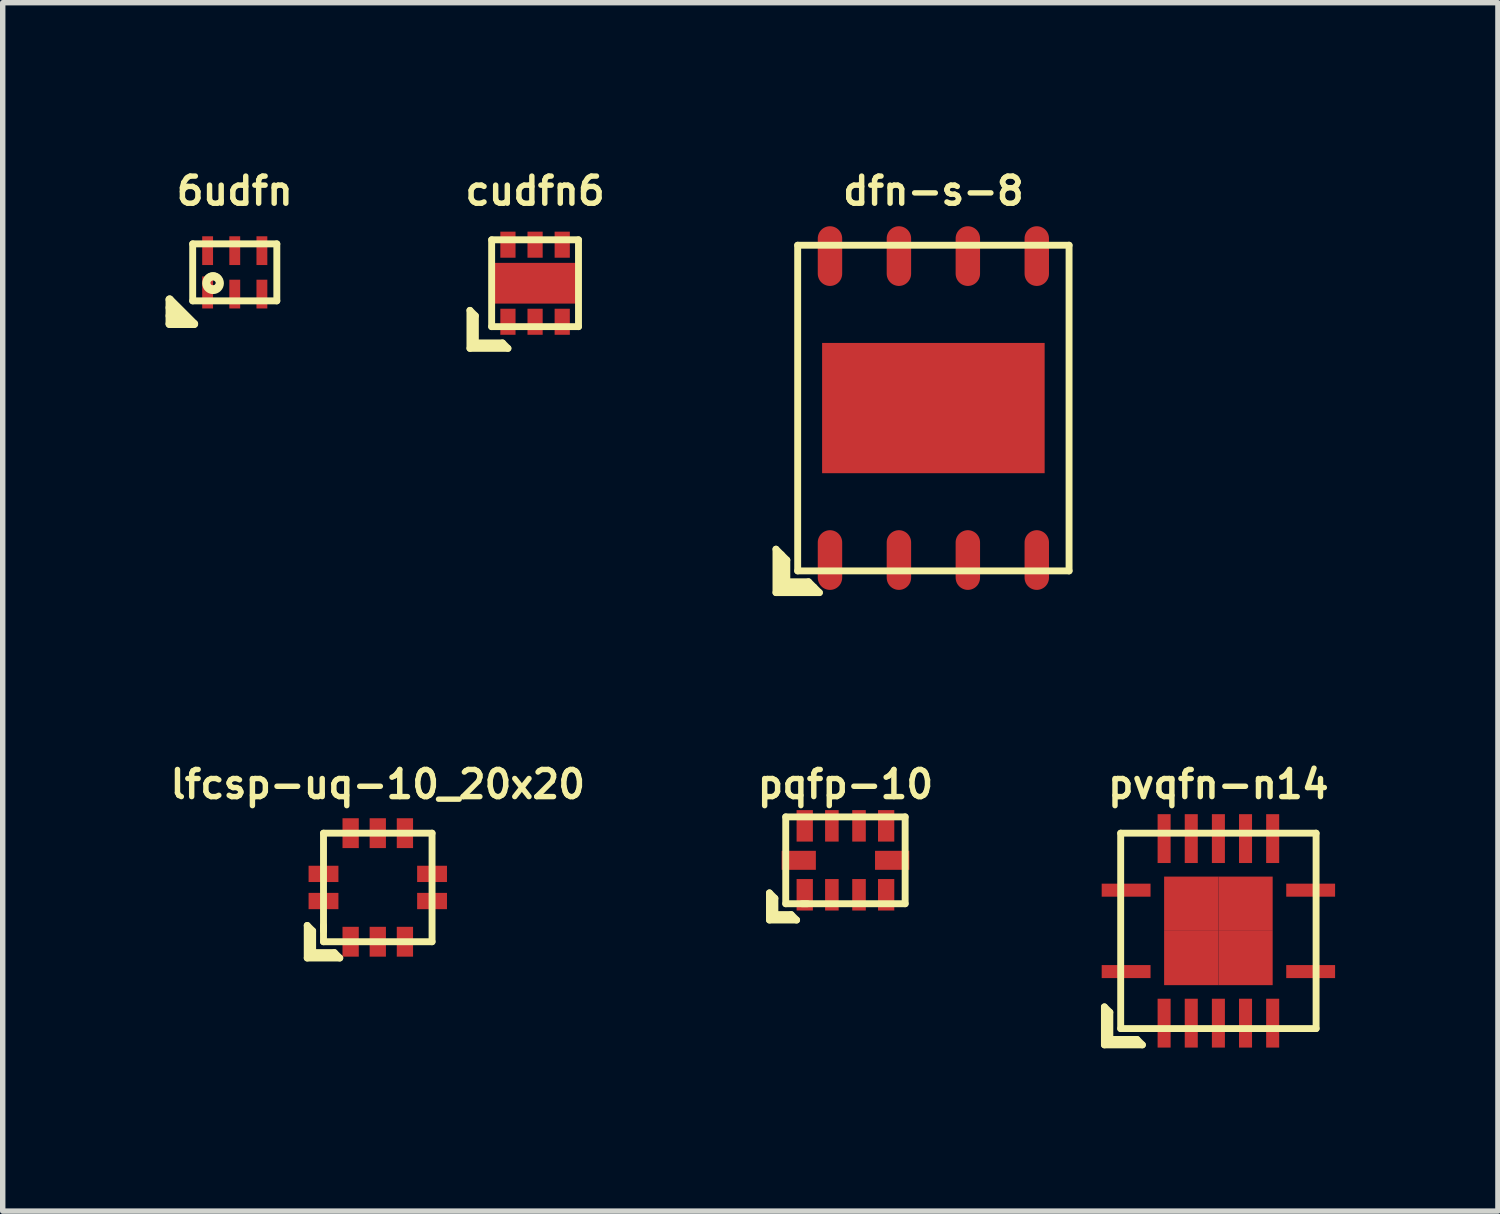
<source format=kicad_pcb>
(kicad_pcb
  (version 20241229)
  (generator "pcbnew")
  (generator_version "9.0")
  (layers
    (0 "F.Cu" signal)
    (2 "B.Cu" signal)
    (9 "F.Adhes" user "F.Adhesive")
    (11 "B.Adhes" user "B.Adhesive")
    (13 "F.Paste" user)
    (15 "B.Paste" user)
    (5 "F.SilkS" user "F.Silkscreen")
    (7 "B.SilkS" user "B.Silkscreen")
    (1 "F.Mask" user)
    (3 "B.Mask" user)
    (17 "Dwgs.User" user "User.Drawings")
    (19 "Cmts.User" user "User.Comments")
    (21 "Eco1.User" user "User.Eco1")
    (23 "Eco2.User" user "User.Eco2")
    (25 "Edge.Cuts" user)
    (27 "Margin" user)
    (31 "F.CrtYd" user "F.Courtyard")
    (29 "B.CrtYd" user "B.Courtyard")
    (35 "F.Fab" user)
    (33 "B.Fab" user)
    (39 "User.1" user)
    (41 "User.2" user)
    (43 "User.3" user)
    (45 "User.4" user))
  (footprint "dfn-s-8"
    (layer "F.Cu")
    (at 14.146 4.468)
    (property "Reference" "dfn-s-8" (at 0 -4 0) (layer "F.SilkS") (effects (font (size 0.5 0.5) (thickness 0.1))))
    (attr through_hole)
    (fp_line (start -2.9 2.6) (end -2.7 2.8) (stroke (width 0.127) (type solid)) (layer "F.SilkS"))
    (fp_line (start -2.9 3.4) (end -2.9 2.6) (stroke (width 0.127) (type solid)) (layer "F.SilkS"))
    (fp_line (start -2.8 2.7) (end -2.8 3.3) (stroke (width 0.127) (type solid)) (layer "F.SilkS"))
    (fp_line (start -2.8 3.3) (end -2.2 3.3) (stroke (width 0.127) (type solid)) (layer "F.SilkS"))
    (fp_line (start -2.7 2.8) (end -2.7 3.2) (stroke (width 0.127) (type solid)) (layer "F.SilkS"))
    (fp_line (start -2.7 3.2) (end -2.3 3.2) (stroke (width 0.127) (type solid)) (layer "F.SilkS"))
    (fp_line (start -2.5 -3) (end 2.5 -3) (stroke (width 0.127) (type solid)) (layer "F.SilkS"))
    (fp_line (start -2.5 3) (end -2.5 -3) (stroke (width 0.127) (type solid)) (layer "F.SilkS"))
    (fp_line (start -2.3 3.2) (end -2.1 3.4) (stroke (width 0.127) (type solid)) (layer "F.SilkS"))
    (fp_line (start -2.1 3.4) (end -2.9 3.4) (stroke (width 0.127) (type solid)) (layer "F.SilkS"))
    (fp_line (start 2.5 -3) (end 2.5 3) (stroke (width 0.127) (type solid)) (layer "F.SilkS"))
    (fp_line (start 2.5 3) (end -2.5 3) (stroke (width 0.127) (type solid)) (layer "F.SilkS"))
    (pad "1" smd oval (at -1.905 2.8) (size 0.45 1.1) (layers "F.Cu" "F.Mask" "F.Paste"))
    (pad "2" smd oval (at -0.635 2.8) (size 0.45 1.1) (layers "F.Cu" "F.Mask" "F.Paste"))
    (pad "3" smd oval (at 0.635 2.8) (size 0.45 1.1) (layers "F.Cu" "F.Mask" "F.Paste"))
    (pad "4" smd oval (at 1.905 2.8) (size 0.45 1.1) (layers "F.Cu" "F.Mask" "F.Paste"))
    (pad "5" smd oval (at 1.905 -2.8) (size 0.45 1.1) (layers "F.Cu" "F.Mask" "F.Paste"))
    (pad "6" smd oval (at 0.635 -2.8) (size 0.45 1.1) (layers "F.Cu" "F.Mask" "F.Paste"))
    (pad "7" smd oval (at -0.635 -2.8) (size 0.45 1.1) (layers "F.Cu" "F.Mask" "F.Paste"))
    (pad "8" smd oval (at -1.905 -2.8) (size 0.45 1.1) (layers "F.Cu" "F.Mask" "F.Paste"))
    (pad "9" smd rect (at 0 0) (size 4.1 2.4) (layers "F.Cu" "F.Mask" "F.Paste")))
  (footprint "pvqfn-n14"
    (layer "F.Cu")
    (at 19.397 14.1)
    (property "Reference" "pvqfn-n14" (at 0 -2.7 0) (layer "F.SilkS") (effects (font (size 0.5 0.5) (thickness 0.1))))
    (attr through_hole)
    (fp_line (start -2.1 1.4) (end -2 1.5) (stroke (width 0.127) (type solid)) (layer "F.SilkS"))
    (fp_line (start -2.1 2.1) (end -2.1 1.4) (stroke (width 0.127) (type solid)) (layer "F.SilkS"))
    (fp_line (start -2 1.5) (end -2 2) (stroke (width 0.127) (type solid)) (layer "F.SilkS"))
    (fp_line (start -2 2) (end -1.5 2) (stroke (width 0.127) (type solid)) (layer "F.SilkS"))
    (fp_line (start -1.8 -1.8) (end 1.8 -1.8) (stroke (width 0.127) (type solid)) (layer "F.SilkS"))
    (fp_line (start -1.8 1.8) (end -1.8 -1.8) (stroke (width 0.127) (type solid)) (layer "F.SilkS"))
    (fp_line (start -1.5 2) (end -1.4 2.1) (stroke (width 0.127) (type solid)) (layer "F.SilkS"))
    (fp_line (start -1.4 2.1) (end -2.1 2.1) (stroke (width 0.127) (type solid)) (layer "F.SilkS"))
    (fp_line (start 1.8 -1.8) (end 1.8 1.8) (stroke (width 0.127) (type solid)) (layer "F.SilkS"))
    (fp_line (start 1.8 1.8) (end -1.8 1.8) (stroke (width 0.127) (type solid)) (layer "F.SilkS"))
    (pad "1" smd rect (at -1.7 0.75) (size 0.9 0.24) (layers "F.Cu" "F.Mask" "F.Paste"))
    (pad "2" smd rect (at -1 1.7) (size 0.24 0.9) (layers "F.Cu" "F.Mask" "F.Paste"))
    (pad "3" smd rect (at -0.5 1.7) (size 0.24 0.9) (layers "F.Cu" "F.Mask" "F.Paste"))
    (pad "4" smd rect (at 0 1.7) (size 0.24 0.9) (layers "F.Cu" "F.Mask" "F.Paste"))
    (pad "5" smd rect (at 0.5 1.7) (size 0.24 0.9) (layers "F.Cu" "F.Mask" "F.Paste"))
    (pad "6" smd rect (at 1 1.7) (size 0.24 0.9) (layers "F.Cu" "F.Mask" "F.Paste"))
    (pad "7" smd rect (at 1.7 0.75) (size 0.9 0.24) (layers "F.Cu" "F.Mask" "F.Paste"))
    (pad "8" smd rect (at 1.7 -0.75) (size 0.9 0.24) (layers "F.Cu" "F.Mask" "F.Paste"))
    (pad "9" smd rect (at 1 -1.7) (size 0.24 0.9) (layers "F.Cu" "F.Mask" "F.Paste"))
    (pad "10" smd rect (at 0.5 -1.7) (size 0.24 0.9) (layers "F.Cu" "F.Mask" "F.Paste"))
    (pad "11" smd rect (at 0 -1.7) (size 0.24 0.9) (layers "F.Cu" "F.Mask" "F.Paste"))
    (pad "12" smd rect (at -0.5 -1.7) (size 0.24 0.9) (layers "F.Cu" "F.Mask" "F.Paste"))
    (pad "13" smd rect (at -1 -1.7) (size 0.24 0.9) (layers "F.Cu" "F.Mask" "F.Paste"))
    (pad "14" smd rect (at -1.7 -0.75) (size 0.9 0.24) (layers "F.Cu" "F.Mask" "F.Paste"))
    (pad "15" smd rect (at -0.5 -0.5) (size 1 1) (layers "F.Cu" "F.Mask" "F.Paste"))
    (pad "15" smd rect (at -0.5 0.5) (size 1 1) (layers "F.Cu" "F.Mask" "F.Paste"))
    (pad "15" smd rect (at 0.5 -0.5) (size 1 1) (layers "F.Cu" "F.Mask" "F.Paste"))
    (pad "15" smd rect (at 0.5 0.5) (size 1 1) (layers "F.Cu" "F.Mask" "F.Paste")))
  (footprint "pqfp-10"
    (layer "F.Cu")
    (at 12.526 12.8)
    (property "Reference" "pqfp-10" (at 0 -1.4 0) (layer "F.SilkS") (effects (font (size 0.5 0.5) (thickness 0.1))))
    (attr through_hole)
    (fp_line (start -1.4 0.6) (end -1.3 0.7) (stroke (width 0.127) (type solid)) (layer "F.SilkS"))
    (fp_line (start -1.4 1.1) (end -1.4 0.6) (stroke (width 0.127) (type solid)) (layer "F.SilkS"))
    (fp_line (start -1.3 0.7) (end -1.3 1) (stroke (width 0.127) (type solid)) (layer "F.SilkS"))
    (fp_line (start -1.3 1) (end -1 1) (stroke (width 0.127) (type solid)) (layer "F.SilkS"))
    (fp_line (start -1.1 -0.8) (end -1.1 0.8) (stroke (width 0.127) (type solid)) (layer "F.SilkS"))
    (fp_line (start -1.1 0.8) (end 1.1 0.8) (stroke (width 0.127) (type solid)) (layer "F.SilkS"))
    (fp_line (start -1 1) (end -0.9 1.1) (stroke (width 0.127) (type solid)) (layer "F.SilkS"))
    (fp_line (start -0.9 1.1) (end -1.4 1.1) (stroke (width 0.127) (type solid)) (layer "F.SilkS"))
    (fp_line (start -0.8 0.8) (end -0.7 0.8) (stroke (width 0.127) (type solid)) (layer "F.SilkS"))
    (fp_line (start 1.1 -0.8) (end -1.1 -0.8) (stroke (width 0.127) (type solid)) (layer "F.SilkS"))
    (fp_line (start 1.1 0.8) (end 1.1 -0.8) (stroke (width 0.127) (type solid)) (layer "F.SilkS"))
    (pad "1" smd rect (at -0.75 0.635) (size 0.3 0.58) (layers "F.Cu" "F.Mask" "F.Paste"))
    (pad "2" smd rect (at -0.25 0.635) (size 0.25 0.58) (layers "F.Cu" "F.Mask" "F.Paste"))
    (pad "3" smd rect (at 0.25 0.635) (size 0.25 0.58) (layers "F.Cu" "F.Mask" "F.Paste"))
    (pad "4" smd rect (at 0.75 0.635) (size 0.3 0.58) (layers "F.Cu" "F.Mask" "F.Paste"))
    (pad "5" smd rect (at 0.86 0) (size 0.63 0.35) (layers "F.Cu" "F.Mask" "F.Paste"))
    (pad "6" smd rect (at 0.75 -0.635) (size 0.3 0.58) (layers "F.Cu" "F.Mask" "F.Paste"))
    (pad "7" smd rect (at 0.25 -0.635) (size 0.25 0.58) (layers "F.Cu" "F.Mask" "F.Paste"))
    (pad "8" smd rect (at -0.25 -0.635) (size 0.25 0.58) (layers "F.Cu" "F.Mask" "F.Paste"))
    (pad "9" smd rect (at -0.75 -0.635) (size 0.3 0.58) (layers "F.Cu" "F.Mask" "F.Paste"))
    (pad "10" smd rect (at -0.86 0) (size 0.63 0.35) (layers "F.Cu" "F.Mask" "F.Paste")))
  (footprint "cudfn6"
    (layer "F.Cu")
    (at 6.808 2.168)
    (property "Reference" "cudfn6" (at 0 -1.7 0) (layer "F.SilkS") (effects (font (size 0.5 0.5) (thickness 0.1))))
    (attr through_hole)
    (fp_line (start -1.2 0.5) (end -1.2 1.2) (stroke (width 0.127) (type solid)) (layer "F.SilkS"))
    (fp_line (start -1.2 0.5) (end -1.1 0.6) (stroke (width 0.127) (type solid)) (layer "F.SilkS"))
    (fp_line (start -1.2 1.2) (end -0.5 1.2) (stroke (width 0.127) (type solid)) (layer "F.SilkS"))
    (fp_line (start -1.1 1.1) (end -1.1 0.6) (stroke (width 0.127) (type solid)) (layer "F.SilkS"))
    (fp_line (start -0.8 -0.8) (end 0.8 -0.8) (stroke (width 0.127) (type solid)) (layer "F.SilkS"))
    (fp_line (start -0.8 0.8) (end -0.8 -0.8) (stroke (width 0.127) (type solid)) (layer "F.SilkS"))
    (fp_line (start -0.6 1.1) (end -1.1 1.1) (stroke (width 0.127) (type solid)) (layer "F.SilkS"))
    (fp_line (start -0.6 1.1) (end -0.5 1.2) (stroke (width 0.127) (type solid)) (layer "F.SilkS"))
    (fp_line (start 0.8 -0.8) (end 0.8 0.8) (stroke (width 0.127) (type solid)) (layer "F.SilkS"))
    (fp_line (start 0.8 0.8) (end -0.8 0.8) (stroke (width 0.127) (type solid)) (layer "F.SilkS"))
    (pad "1" smd rect (at -0.5 0.71) (size 0.28 0.48) (layers "F.Cu" "F.Mask" "F.Paste"))
    (pad "2" smd rect (at 0 0.71) (size 0.28 0.48) (layers "F.Cu" "F.Mask" "F.Paste"))
    (pad "3" smd rect (at 0.5 0.71) (size 0.28 0.48) (layers "F.Cu" "F.Mask" "F.Paste"))
    (pad "4" smd rect (at 0.5 -0.71) (size 0.28 0.48) (layers "F.Cu" "F.Mask" "F.Paste"))
    (pad "5" smd rect (at 0 -0.71) (size 0.28 0.48) (layers "F.Cu" "F.Mask" "F.Paste"))
    (pad "6" smd rect (at -0.5 -0.71) (size 0.28 0.48) (layers "F.Cu" "F.Mask" "F.Paste"))
    (pad "7" smd rect (at 0 0) (size 1.7 0.75) (layers "F.Cu" "F.Mask" "F.Paste")))
  (footprint "lfcsp-uq-10_20x20"
    (layer "F.Cu")
    (at 3.91 13.3)
    (property "Reference" "lfcsp-uq-10_20x20" (at 0 -1.9 0) (layer "F.SilkS") (effects (font (size 0.5 0.5) (thickness 0.1))))
    (attr through_hole)
    (fp_line (start -1.3 0.7) (end -1.3 1.3) (stroke (width 0.127) (type solid)) (layer "F.SilkS"))
    (fp_line (start -1.3 1.3) (end -0.7 1.3) (stroke (width 0.127) (type solid)) (layer "F.SilkS"))
    (fp_line (start -1.2 0.8) (end -1.3 0.7) (stroke (width 0.127) (type solid)) (layer "F.SilkS"))
    (fp_line (start -1.2 1.2) (end -1.2 0.8) (stroke (width 0.127) (type solid)) (layer "F.SilkS"))
    (fp_line (start -1 -1) (end 1 -1) (stroke (width 0.127) (type solid)) (layer "F.SilkS"))
    (fp_line (start -1 0.7) (end -1 0.8) (stroke (width 0.127) (type solid)) (layer "F.SilkS"))
    (fp_line (start -1 1) (end -1 -1) (stroke (width 0.127) (type solid)) (layer "F.SilkS"))
    (fp_line (start -0.8 1.2) (end -1.2 1.2) (stroke (width 0.127) (type solid)) (layer "F.SilkS"))
    (fp_line (start -0.7 1.3) (end -0.8 1.2) (stroke (width 0.127) (type solid)) (layer "F.SilkS"))
    (fp_line (start 1 -1) (end 1 1) (stroke (width 0.127) (type solid)) (layer "F.SilkS"))
    (fp_line (start 1 1) (end -1 1) (stroke (width 0.127) (type solid)) (layer "F.SilkS"))
    (pad "1" smd rect (at -0.5 1) (size 0.3 0.55) (layers "F.Cu" "F.Mask" "F.Paste"))
    (pad "2" smd rect (at 0 1) (size 0.3 0.55) (layers "F.Cu" "F.Mask" "F.Paste"))
    (pad "3" smd rect (at 0.5 1) (size 0.3 0.55) (layers "F.Cu" "F.Mask" "F.Paste"))
    (pad "4" smd rect (at 1 0.25) (size 0.55 0.3) (layers "F.Cu" "F.Mask" "F.Paste"))
    (pad "5" smd rect (at 1 -0.25) (size 0.55 0.3) (layers "F.Cu" "F.Mask" "F.Paste"))
    (pad "6" smd rect (at 0.5 -1) (size 0.3 0.55) (layers "F.Cu" "F.Mask" "F.Paste"))
    (pad "7" smd rect (at 0 -1) (size 0.3 0.55) (layers "F.Cu" "F.Mask" "F.Paste"))
    (pad "8" smd rect (at -0.5 -1) (size 0.3 0.55) (layers "F.Cu" "F.Mask" "F.Paste"))
    (pad "9" smd rect (at -1 -0.25) (size 0.55 0.3) (layers "F.Cu" "F.Mask" "F.Paste"))
    (pad "10" smd rect (at -1 0.25) (size 0.55 0.3) (layers "F.Cu" "F.Mask" "F.Paste")))
  (footprint "6udfn"
    (layer "F.Cu")
    (at 1.275 1.968)
    (property "Reference" "6udfn" (at 0 -1.5 0) (layer "F.SilkS") (effects (font (size 0.5 0.5) (thickness 0.1))))
    (attr through_hole)
    (fp_line (start -1.2 0.5) (end -1.2 0.95) (stroke (width 0.15) (type solid)) (layer "F.SilkS"))
    (fp_line (start -1.2 0.95) (end -0.75 0.95) (stroke (width 0.15) (type solid)) (layer "F.SilkS"))
    (fp_line (start -1.05 0.95) (end -1.2 0.8) (stroke (width 0.15) (type solid)) (layer "F.SilkS"))
    (fp_line (start -0.9 0.95) (end -1.2 0.65) (stroke (width 0.15) (type solid)) (layer "F.SilkS"))
    (fp_line (start -0.775 -0.525) (end 0.775 -0.525) (stroke (width 0.127) (type solid)) (layer "F.SilkS"))
    (fp_line (start -0.775 0.525) (end -0.775 -0.525) (stroke (width 0.127) (type solid)) (layer "F.SilkS"))
    (fp_line (start -0.75 0.95) (end -1.2 0.5) (stroke (width 0.15) (type solid)) (layer "F.SilkS"))
    (fp_line (start 0.775 -0.525) (end 0.775 0.525) (stroke (width 0.127) (type solid)) (layer "F.SilkS"))
    (fp_line (start 0.775 0.525) (end -0.775 0.525) (stroke (width 0.127) (type solid)) (layer "F.SilkS"))
    (fp_circle (center -0.4 0.18) (end -0.28 0.18) (stroke (width 0.127) (type solid)) (fill no) (layer "F.SilkS"))
    (fp_circle (center -0.4 0.2) (end -0.35 0.2) (stroke (width 0.15) (type solid)) (fill no) (layer "F.SilkS"))
    (pad "1" smd rect (at -0.5 0.37) (size 0.2 0.59) (layers "F.Cu" "F.Mask" "F.Paste"))
    (pad "2" smd rect (at 0 0.4) (size 0.2 0.53) (layers "F.Cu" "F.Mask" "F.Paste"))
    (pad "3" smd rect (at 0.5 0.4) (size 0.2 0.53) (layers "F.Cu" "F.Mask" "F.Paste"))
    (pad "4" smd rect (at 0.5 -0.4) (size 0.2 0.53) (layers "F.Cu" "F.Mask" "F.Paste"))
    (pad "5" smd rect (at 0 -0.4) (size 0.2 0.53) (layers "F.Cu" "F.Mask" "F.Paste"))
    (pad "6" smd rect (at -0.5 -0.4) (size 0.2 0.53) (layers "F.Cu" "F.Mask" "F.Paste")))
  (gr_rect
    (start -3 -3)
    (end 24.547 19.263)
    (stroke (width 0.1) (type default))
    (fill no)
    (layer "Edge.Cuts")))
</source>
